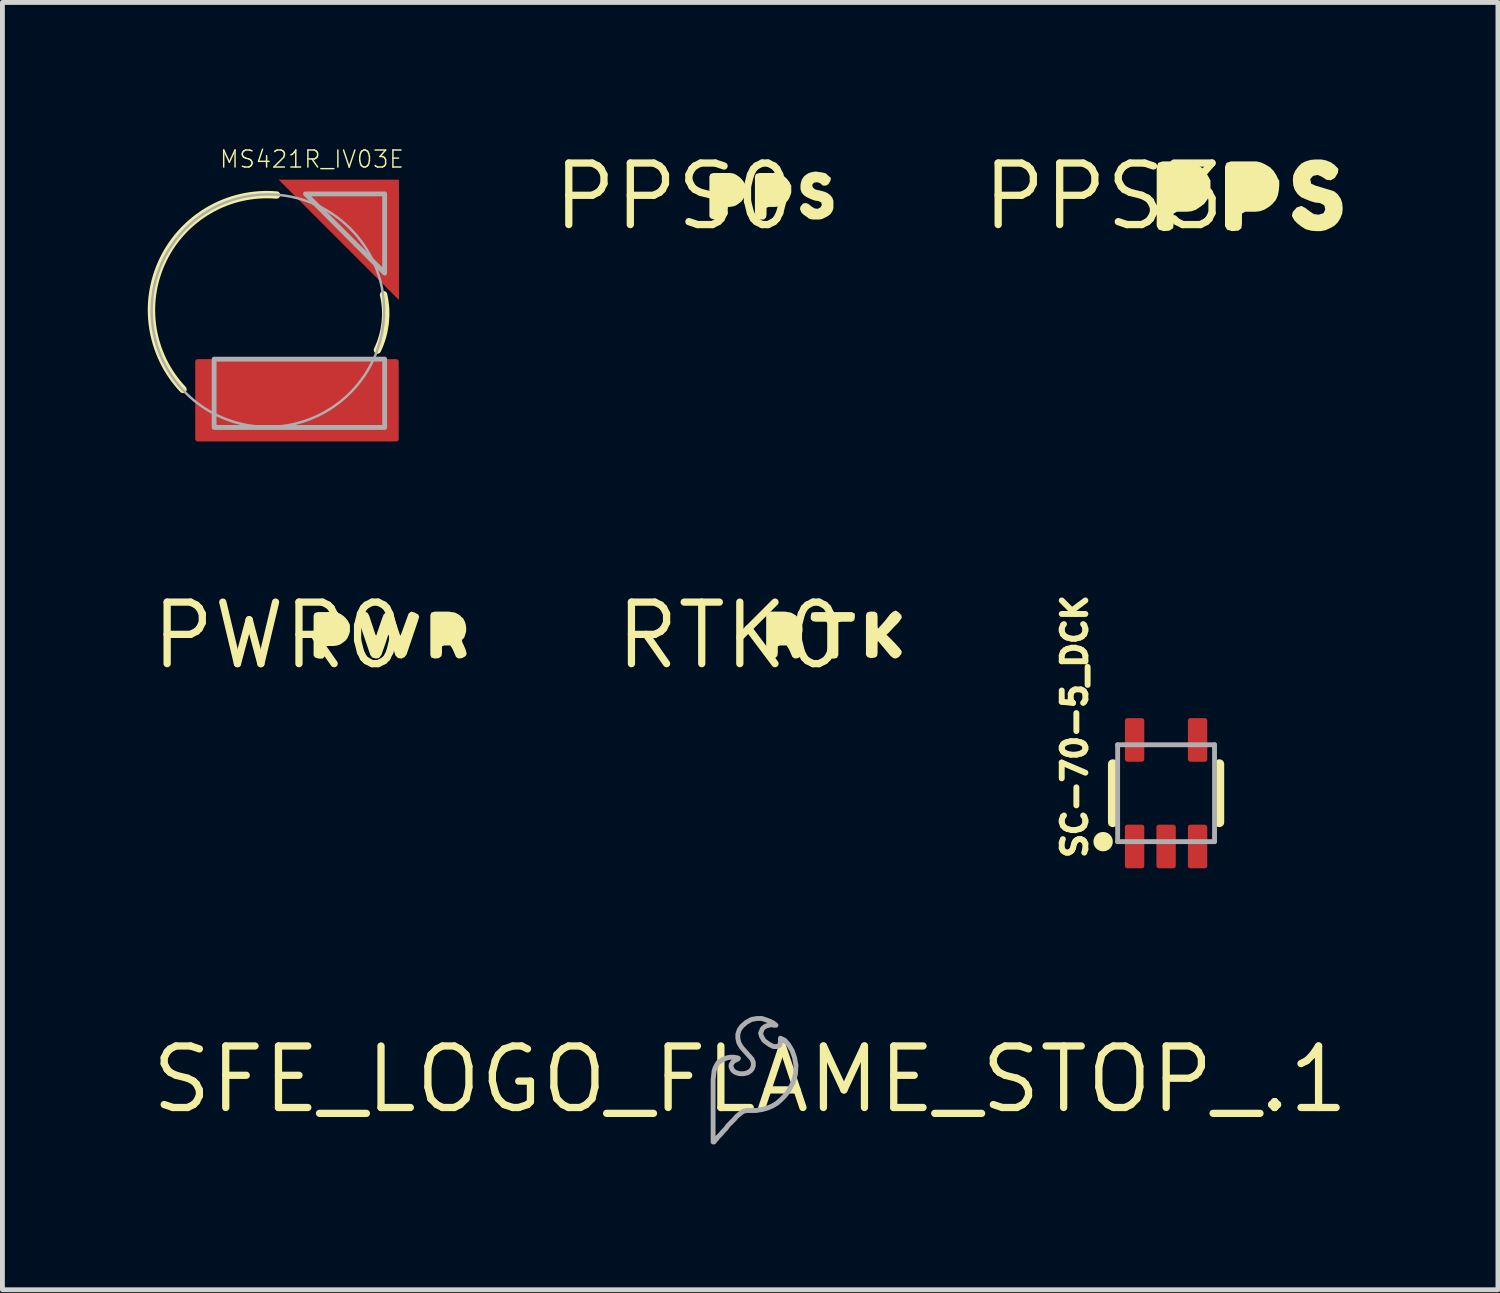
<source format=kicad_pcb>
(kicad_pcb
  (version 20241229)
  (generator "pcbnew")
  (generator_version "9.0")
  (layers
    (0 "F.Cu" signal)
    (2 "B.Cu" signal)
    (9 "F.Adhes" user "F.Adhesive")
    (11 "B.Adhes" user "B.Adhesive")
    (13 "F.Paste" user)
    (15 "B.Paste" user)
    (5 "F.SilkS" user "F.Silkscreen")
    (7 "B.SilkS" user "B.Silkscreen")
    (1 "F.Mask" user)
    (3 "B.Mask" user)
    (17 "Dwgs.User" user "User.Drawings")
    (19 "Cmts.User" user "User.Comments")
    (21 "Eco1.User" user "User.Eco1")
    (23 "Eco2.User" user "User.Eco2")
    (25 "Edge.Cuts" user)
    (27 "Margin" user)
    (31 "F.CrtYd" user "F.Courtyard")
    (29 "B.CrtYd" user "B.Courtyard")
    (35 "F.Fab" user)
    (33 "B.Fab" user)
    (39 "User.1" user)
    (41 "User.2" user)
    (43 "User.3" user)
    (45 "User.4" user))
  (footprint "MS421R_IV03E"
    (layer "F.Cu")
    (at 2.48 3.363)
    (property "Reference" "MS421R_IV03E" (at -1.016 -2.921 0) (unlocked yes) (layer "F.SilkS") (effects (font (size 0.351 0.351) (thickness 0.03)) (justify left bottom)))
    (fp_poly (pts (xy 2.705 -0.22) (xy 0.22 -2.705) (xy 2.705 -2.705)) (stroke (width 0) (type default)) (fill yes) (layer "F.Cu"))
    (fp_poly (pts (xy 2.705 -0.22) (xy 0.22 -2.705) (xy 2.705 -2.705)) (stroke (width 0) (type default)) (fill yes) (layer "F.Mask"))
    (fp_poly (pts (xy -1.5 2.7) (xy 2.7 2.7) (xy 2.7 1) (xy -1.5 1)) (stroke (width 0) (type default)) (fill yes) (layer "F.Mask"))
    (fp_arc (start -1.752599 1.625602) (mid -2.167967 -1.045069) (end 0.1778 -2.3876) (stroke (width 0.1524) (type solid)) (layer "F.SilkS"))
    (fp_arc (start 2.3876 -0.3302) (mid 2.42159 0.252132) (end 2.260599 0.8128) (stroke (width 0.1524) (type solid)) (layer "F.SilkS"))
    (fp_poly (pts (xy 2.705 -0.22) (xy 0.22 -2.705) (xy 2.705 -2.705)) (stroke (width 0) (type default)) (fill yes) (layer "F.Paste"))
    (fp_poly (pts (xy -1.5 2.7) (xy 2.7 2.7) (xy 2.7 1) (xy -1.5 1)) (stroke (width 0) (type default)) (fill yes) (layer "F.Paste"))
    (fp_circle (center 0 0) (end 2.4 0) (stroke (width 0.051) (type solid)) (fill no) (layer "F.Fab"))
    (fp_poly (pts (xy 2.41 -0.776) (xy 0.776 -2.41) (xy 2.41 -2.41)) (stroke (width 0.1) (type default)) (fill no) (layer "F.Fab"))
    (fp_poly (pts (xy 2.41 2.41) (xy -1.11 2.41) (xy -1.11 1) (xy 2.41 1)) (stroke (width 0.1) (type default)) (fill no) (layer "F.Fab"))
    (pad "+" smd roundrect (at 2.022 -2.032) (size 1 1) (layers "F.Cu") (roundrect_rratio 0.051))
    (pad "-" smd roundrect (at 0.6 1.85) (size 4.2 1.7) (layers "F.Cu") (roundrect_rratio 0.03)))
  (footprint "PPS0"
    (layer "F.Cu")
    (at 10.868 1.006)
    (property "Reference" "PPS0" (at 0 0 0) (layer "F.SilkS") (effects (font (size 1.27 1.27) (thickness 0.15))))
    (fp_poly (pts (xy 1.222 -0.475) (xy 1.283 -0.444) (xy 1.343 -0.404) (xy 1.394 -0.353) (xy 1.434 -0.303) (xy 1.475 -0.221) (xy 1.475 -0.079) (xy 1.455 -0.018) (xy 1.424 0.053) (xy 1.384 0.104) (xy 1.333 0.144) (xy 1.277 0.182) (xy 1.277 0.183) (xy 1.272 0.185) (xy 1.268 0.187) (xy 1.267 0.186) (xy 1.211 0.205) (xy 1.14 0.215) (xy 1.011 0.215) (xy 0.965 0.233) (xy 0.965 0.37) (xy 0.955 0.432) (xy 0.912 0.475) (xy 0.829 0.475) (xy 0.757 0.454) (xy 0.725 0.412) (xy 0.725 -0.411) (xy 0.746 -0.464) (xy 0.809 -0.485) (xy 1.16 -0.485)) (stroke (width 0) (type default)) (fill yes) (layer "F.SilkS"))
    (fp_poly (pts (xy 2.162 -0.475) (xy 2.223 -0.444) (xy 2.283 -0.404) (xy 2.334 -0.353) (xy 2.374 -0.303) (xy 2.415 -0.221) (xy 2.415 -0.079) (xy 2.395 -0.018) (xy 2.364 0.053) (xy 2.324 0.104) (xy 2.273 0.144) (xy 2.216 0.182) (xy 2.217 0.183) (xy 2.212 0.185) (xy 2.208 0.187) (xy 2.207 0.186) (xy 2.151 0.205) (xy 2.08 0.215) (xy 1.951 0.215) (xy 1.905 0.233) (xy 1.905 0.37) (xy 1.895 0.432) (xy 1.852 0.475) (xy 1.769 0.475) (xy 1.697 0.454) (xy 1.675 0.412) (xy 1.665 0.34) (xy 1.665 -0.411) (xy 1.686 -0.464) (xy 1.759 -0.485) (xy 2.1 -0.485)) (stroke (width 0) (type default)) (fill yes) (layer "F.SilkS"))
    (fp_poly (pts (xy 2.991 -0.505) (xy 3.061 -0.495) (xy 3.133 -0.474) (xy 3.173 -0.434) (xy 3.235 -0.382) (xy 3.225 -0.328) (xy 3.184 -0.256) (xy 3.131 -0.225) (xy 3.068 -0.225) (xy 3.008 -0.276) (xy 2.95 -0.295) (xy 2.883 -0.285) (xy 2.846 -0.239) (xy 2.864 -0.183) (xy 2.912 -0.145) (xy 3.041 -0.115) (xy 3.112 -0.095) (xy 3.173 -0.064) (xy 3.224 -0.024) (xy 3.264 0.028) (xy 3.285 0.089) (xy 3.285 0.241) (xy 3.265 0.302) (xy 3.224 0.363) (xy 3.173 0.404) (xy 3.052 0.465) (xy 2.99 0.475) (xy 2.849 0.475) (xy 2.778 0.455) (xy 2.727 0.414) (xy 2.667 0.374) (xy 2.626 0.333) (xy 2.595 0.261) (xy 2.605 0.208) (xy 2.657 0.145) (xy 2.721 0.135) (xy 2.773 0.156) (xy 2.833 0.206) (xy 2.892 0.245) (xy 2.959 0.255) (xy 3.016 0.226) (xy 3.045 0.179) (xy 3.035 0.123) (xy 2.978 0.095) (xy 2.909 0.085) (xy 2.848 0.065) (xy 2.778 0.035) (xy 2.717 0.004) (xy 2.666 -0.036) (xy 2.625 -0.088) (xy 2.605 -0.159) (xy 2.605 -0.23) (xy 2.615 -0.291) (xy 2.635 -0.352) (xy 2.676 -0.413) (xy 2.727 -0.454) (xy 2.778 -0.485) (xy 2.849 -0.505) (xy 2.92 -0.515)) (stroke (width 0) (type default)) (fill yes) (layer "F.SilkS")))
  (footprint "SC-70-5_DCK"
    (layer "F.Cu")
    (at 21.02 13.323)
    (property "Reference" "SC-70-5_DCK" (at -1.6 1.4 90) (unlocked yes) (layer "F.SilkS") (effects (font (size 0.488 0.488) (thickness 0.122)) (justify left bottom)))
    (fp_poly (pts (xy -0.9 -0.6) (xy -0.4 -0.6) (xy -0.4 -1.6) (xy -0.9 -1.6)) (stroke (width 0) (type default)) (fill yes) (layer "F.Mask"))
    (fp_poly (pts (xy -0.9 1.6) (xy -0.4 1.6) (xy -0.4 0.6) (xy -0.9 0.6)) (stroke (width 0) (type default)) (fill yes) (layer "F.Mask"))
    (fp_poly (pts (xy -0.25 1.6) (xy 0.25 1.6) (xy 0.25 0.6) (xy -0.25 0.6)) (stroke (width 0) (type default)) (fill yes) (layer "F.Mask"))
    (fp_poly (pts (xy 0.4 -0.6) (xy 0.9 -0.6) (xy 0.9 -1.6) (xy 0.4 -1.6)) (stroke (width 0) (type default)) (fill yes) (layer "F.Mask"))
    (fp_poly (pts (xy 0.4 1.6) (xy 0.9 1.6) (xy 0.9 0.6) (xy 0.4 0.6)) (stroke (width 0) (type default)) (fill yes) (layer "F.Mask"))
    (fp_line (start -1.1 -0.6) (end -1.1 0.6) (stroke (width 0.2) (type solid)) (layer "F.SilkS"))
    (fp_line (start 1.1 -0.6) (end 1.1 0.6) (stroke (width 0.2) (type solid)) (layer "F.SilkS"))
    (fp_circle (center -1.3 1) (end -1.2 1) (stroke (width 0.2) (type solid)) (fill no) (layer "F.SilkS"))
    (fp_poly (pts (xy -0.825 -0.675) (xy -0.475 -0.675) (xy -0.475 -1.525) (xy -0.825 -1.525)) (stroke (width 0) (type default)) (fill yes) (layer "F.Paste"))
    (fp_poly (pts (xy -0.825 1.525) (xy -0.475 1.525) (xy -0.475 0.675) (xy -0.825 0.675)) (stroke (width 0) (type default)) (fill yes) (layer "F.Paste"))
    (fp_poly (pts (xy -0.175 1.525) (xy 0.175 1.525) (xy 0.175 0.675) (xy -0.175 0.675)) (stroke (width 0) (type default)) (fill yes) (layer "F.Paste"))
    (fp_poly (pts (xy 0.475 -0.675) (xy 0.825 -0.675) (xy 0.825 -1.525) (xy 0.475 -1.525)) (stroke (width 0) (type default)) (fill yes) (layer "F.Paste"))
    (fp_poly (pts (xy 0.475 1.525) (xy 0.825 1.525) (xy 0.825 0.675) (xy 0.475 0.675)) (stroke (width 0) (type default)) (fill yes) (layer "F.Paste"))
    (fp_line (start -1 -1) (end -1 1) (stroke (width 0.1) (type solid)) (layer "F.Fab"))
    (fp_line (start -1 1) (end 1 1) (stroke (width 0.1) (type solid)) (layer "F.Fab"))
    (fp_line (start 1 -1) (end -1 -1) (stroke (width 0.1) (type solid)) (layer "F.Fab"))
    (fp_line (start 1 1) (end 1 -1) (stroke (width 0.1) (type solid)) (layer "F.Fab"))
    (pad "1" smd roundrect (at -0.65 1.1 90) (size 0.9 0.4) (layers "F.Cu") (roundrect_rratio 0.127))
    (pad "2" smd roundrect (at 0 1.1 90) (size 0.9 0.4) (layers "F.Cu") (roundrect_rratio 0.127))
    (pad "3" smd roundrect (at 0.65 1.1 90) (size 0.9 0.4) (layers "F.Cu") (roundrect_rratio 0.127))
    (pad "4" smd roundrect (at 0.65 -1.1 90) (size 0.9 0.4) (layers "F.Cu") (roundrect_rratio 0.127))
    (pad "5" smd roundrect (at -0.65 -1.1 90) (size 0.9 0.4) (layers "F.Cu") (roundrect_rratio 0.127)))
  (footprint "RTK0"
    (layer "F.Cu")
    (at 12.04 10.069)
    (property "Reference" "RTK0" (at 0 0 0) (layer "F.SilkS") (effects (font (size 1.27 1.27) (thickness 0.15))))
    (fp_poly (pts (xy 2.555 -0.453) (xy 2.555 -0.38) (xy 2.545 -0.317) (xy 2.491 -0.285) (xy 2.28 -0.285) (xy 2.215 -0.276) (xy 2.215 0.401) (xy 2.183 0.465) (xy 2.12 0.475) (xy 2.048 0.475) (xy 1.995 0.433) (xy 1.985 0.37) (xy 1.985 -0.249) (xy 1.967 -0.285) (xy 1.76 -0.285) (xy 1.688 -0.295) (xy 1.645 -0.338) (xy 1.645 -0.411) (xy 1.666 -0.475) (xy 1.74 -0.485) (xy 2.491 -0.485)) (stroke (width 0) (type default)) (fill yes) (layer "F.SilkS"))
    (fp_poly (pts (xy 1.171 -0.485) (xy 1.232 -0.475) (xy 1.293 -0.444) (xy 1.358 -0.401) (xy 1.352 -0.395) (xy 1.404 -0.353) (xy 1.445 -0.292) (xy 1.465 -0.231) (xy 1.475 -0.16) (xy 1.475 -0.089) (xy 1.455 -0.018) (xy 1.424 0.043) (xy 1.385 0.091) (xy 1.395 0.139) (xy 1.444 0.268) (xy 1.465 0.298) (xy 1.485 0.371) (xy 1.454 0.424) (xy 1.382 0.465) (xy 1.319 0.475) (xy 1.266 0.443) (xy 1.196 0.282) (xy 1.147 0.205) (xy 1.011 0.205) (xy 0.965 0.223) (xy 0.965 0.36) (xy 0.955 0.422) (xy 0.912 0.465) (xy 0.83 0.475) (xy 0.757 0.454) (xy 0.725 0.401) (xy 0.725 -0.421) (xy 0.757 -0.474) (xy 0.829 -0.495) (xy 1.11 -0.495)) (stroke (width 0) (type default)) (fill yes) (layer "F.SilkS"))
    (fp_poly (pts (xy 3.453 -0.484) (xy 3.515 -0.422) (xy 3.525 -0.369) (xy 3.484 -0.307) (xy 3.454 -0.267) (xy 3.364 -0.177) (xy 3.253 -0.056) (xy 3.207 -0.02) (xy 3.374 0.147) (xy 3.484 0.267) (xy 3.525 0.329) (xy 3.515 0.382) (xy 3.463 0.444) (xy 3.401 0.475) (xy 3.348 0.465) (xy 3.286 0.414) (xy 3.033 0.111) (xy 3.025 0.15) (xy 3.025 0.36) (xy 3.015 0.423) (xy 2.972 0.455) (xy 2.879 0.465) (xy 2.817 0.444) (xy 2.785 0.402) (xy 2.785 -0.421) (xy 2.806 -0.474) (xy 2.869 -0.495) (xy 2.961 -0.495) (xy 3.015 -0.463) (xy 3.025 -0.39) (xy 3.025 -0.19) (xy 3.033 -0.141) (xy 3.176 -0.303) (xy 3.286 -0.444) (xy 3.347 -0.494) (xy 3.4 -0.516)) (stroke (width 0) (type default)) (fill yes) (layer "F.SilkS")))
  (footprint "PPS3"
    (layer "F.Cu")
    (at 19.731 1.006)
    (property "Reference" "PPS3" (at 0 0 0) (layer "F.SilkS") (effects (font (size 1.27 1.27) (thickness 0.15))))
    (fp_poly (pts (xy 1.832 -0.705) (xy 1.922 -0.664) (xy 2.013 -0.604) (xy 2.094 -0.533) (xy 2.144 -0.442) (xy 2.194 -0.352) (xy 2.205 -0.331) (xy 2.205 -0.12) (xy 2.185 -0.018) (xy 2.134 0.073) (xy 2.074 0.154) (xy 1.993 0.214) (xy 1.906 0.272) (xy 1.907 0.273) (xy 1.902 0.275) (xy 1.898 0.277) (xy 1.897 0.276) (xy 1.811 0.305) (xy 1.71 0.315) (xy 1.511 0.315) (xy 1.445 0.353) (xy 1.445 0.55) (xy 1.435 0.653) (xy 1.362 0.705) (xy 1.239 0.715) (xy 1.137 0.684) (xy 1.095 0.611) (xy 1.095 -0.611) (xy 1.126 -0.694) (xy 1.219 -0.725) (xy 1.741 -0.725)) (stroke (width 0) (type default)) (fill yes) (layer "F.SilkS"))
    (fp_poly (pts (xy 3.242 -0.705) (xy 3.332 -0.664) (xy 3.433 -0.604) (xy 3.504 -0.533) (xy 3.564 -0.442) (xy 3.604 -0.353) (xy 3.625 -0.332) (xy 3.625 -0.22) (xy 3.615 -0.119) (xy 3.595 -0.018) (xy 3.554 0.073) (xy 3.484 0.154) (xy 3.413 0.214) (xy 3.317 0.272) (xy 3.317 0.273) (xy 3.312 0.275) (xy 3.308 0.277) (xy 3.307 0.276) (xy 3.221 0.305) (xy 3.13 0.315) (xy 2.921 0.315) (xy 2.855 0.353) (xy 2.855 0.55) (xy 2.845 0.653) (xy 2.782 0.705) (xy 2.649 0.715) (xy 2.547 0.684) (xy 2.505 0.611) (xy 2.505 -0.611) (xy 2.536 -0.694) (xy 2.629 -0.725) (xy 3.151 -0.725)) (stroke (width 0) (type default)) (fill yes) (layer "F.SilkS"))
    (fp_poly (pts (xy 4.591 -0.745) (xy 4.692 -0.704) (xy 4.763 -0.654) (xy 4.845 -0.572) (xy 4.835 -0.488) (xy 4.774 -0.386) (xy 4.691 -0.335) (xy 4.598 -0.345) (xy 4.508 -0.406) (xy 4.419 -0.445) (xy 4.323 -0.425) (xy 4.265 -0.359) (xy 4.284 -0.264) (xy 4.372 -0.225) (xy 4.571 -0.165) (xy 4.672 -0.135) (xy 4.763 -0.104) (xy 4.834 -0.043) (xy 4.895 0.048) (xy 4.925 0.139) (xy 4.935 0.25) (xy 4.925 0.351) (xy 4.884 0.452) (xy 4.834 0.533) (xy 4.763 0.604) (xy 4.672 0.654) (xy 4.582 0.695) (xy 4.48 0.715) (xy 4.38 0.715) (xy 4.279 0.705) (xy 4.168 0.675) (xy 4.087 0.624) (xy 3.997 0.554) (xy 3.936 0.493) (xy 3.885 0.401) (xy 3.905 0.318) (xy 3.987 0.226) (xy 4.08 0.195) (xy 4.163 0.236) (xy 4.253 0.306) (xy 4.342 0.365) (xy 4.44 0.375) (xy 4.536 0.346) (xy 4.575 0.269) (xy 4.556 0.183) (xy 4.468 0.135) (xy 4.369 0.125) (xy 4.268 0.095) (xy 4.168 0.055) (xy 4.077 0.014) (xy 4.006 -0.047) (xy 3.945 -0.138) (xy 3.915 -0.229) (xy 3.905 -0.34) (xy 3.915 -0.441) (xy 3.956 -0.533) (xy 4.016 -0.613) (xy 4.087 -0.684) (xy 4.168 -0.725) (xy 4.269 -0.755) (xy 4.38 -0.765) (xy 4.49 -0.765)) (stroke (width 0) (type default)) (fill yes) (layer "F.SilkS")))
  (footprint "SFE_LOGO_FLAME_STOP_.1"
    (layer "F.Cu")
    (at 12.435 19.231)
    (property "Reference" "SFE_LOGO_FLAME_STOP_.1" (at 0 0 0) (layer "F.SilkS") (effects (font (size 1.27 1.27) (thickness 0.15))))
    (fp_poly (pts (xy 0.332 -1.228) (xy 0.412 -1.198) (xy 0.473 -1.167) (xy 0.513 -1.137) (xy 0.532 -1.118) (xy 0.489 -1.118) (xy 0.459 -1.128) (xy 0.431 -1.128) (xy 0.391 -1.118) (xy 0.342 -1.108) (xy 0.303 -1.089) (xy 0.264 -1.06) (xy 0.245 -1.031) (xy 0.235 -1.001) (xy 0.225 -0.981) (xy 0.215 -0.953) (xy 0.225 -0.924) (xy 0.235 -0.885) (xy 0.254 -0.856) (xy 0.274 -0.816) (xy 0.303 -0.787) (xy 0.333 -0.767) (xy 0.373 -0.737) (xy 0.403 -0.717) (xy 0.481 -0.678) (xy 0.549 -0.678) (xy 0.578 -0.688) (xy 0.606 -0.706) (xy 0.625 -0.764) (xy 0.625 -0.851) (xy 0.713 -0.807) (xy 0.794 -0.716) (xy 0.865 -0.595) (xy 0.915 -0.454) (xy 0.945 -0.293) (xy 0.935 -0.112) (xy 0.885 0.069) (xy 0.784 0.25) (xy 0.714 0.34) (xy 0.633 0.421) (xy 0.553 0.491) (xy 0.452 0.551) (xy 0.352 0.592) (xy 0.241 0.622) (xy 0.12 0.642) (xy -0.07 0.642) (xy -0.128 0.652) (xy -0.177 0.681) (xy -0.276 0.761) (xy -0.326 0.82) (xy -0.456 0.95) (xy -0.506 1.02) (xy -0.566 1.08) (xy -0.616 1.14) (xy -0.666 1.19) (xy -0.696 1.23) (xy -0.726 1.26) (xy -0.747 1.292) (xy -0.765 1.292) (xy -0.765 0.007) (xy -0.745 -0.174) (xy -0.725 -0.235) (xy -0.694 -0.295) (xy -0.664 -0.347) (xy -0.613 -0.377) (xy -0.572 -0.407) (xy -0.471 -0.448) (xy -0.41 -0.458) (xy -0.329 -0.458) (xy -0.289 -0.448) (xy -0.269 -0.448) (xy -0.242 -0.434) (xy -0.257 -0.419) (xy -0.298 -0.398) (xy -0.327 -0.389) (xy -0.366 -0.35) (xy -0.385 -0.321) (xy -0.395 -0.292) (xy -0.395 -0.264) (xy -0.385 -0.235) (xy -0.366 -0.196) (xy -0.337 -0.167) (xy -0.308 -0.147) (xy -0.259 -0.128) (xy -0.21 -0.118) (xy -0.131 -0.118) (xy -0.052 -0.138) (xy 0.007 -0.177) (xy 0.046 -0.225) (xy 0.065 -0.284) (xy 0.065 -0.352) (xy 0.036 -0.42) (xy -0.034 -0.5) (xy -0.034 -0.5) (xy -0.114 -0.59) (xy -0.184 -0.67) (xy -0.235 -0.761) (xy -0.255 -0.852) (xy -0.255 -0.934) (xy -0.225 -1.025) (xy -0.174 -1.096) (xy -0.083 -1.177) (xy 0.028 -1.238) (xy 0.14 -1.258) (xy 0.241 -1.258)) (stroke (width 0) (type default)) (fill yes) (layer "F.Mask"))
    (fp_poly (pts (xy 0.332 -1.228) (xy 0.412 -1.198) (xy 0.473 -1.167) (xy 0.513 -1.137) (xy 0.532 -1.118) (xy 0.489 -1.118) (xy 0.459 -1.128) (xy 0.431 -1.128) (xy 0.391 -1.118) (xy 0.342 -1.108) (xy 0.303 -1.089) (xy 0.264 -1.06) (xy 0.245 -1.031) (xy 0.235 -1.001) (xy 0.225 -0.981) (xy 0.215 -0.953) (xy 0.225 -0.924) (xy 0.235 -0.885) (xy 0.254 -0.856) (xy 0.274 -0.816) (xy 0.303 -0.787) (xy 0.333 -0.767) (xy 0.373 -0.737) (xy 0.403 -0.717) (xy 0.481 -0.678) (xy 0.549 -0.678) (xy 0.578 -0.688) (xy 0.606 -0.706) (xy 0.625 -0.764) (xy 0.625 -0.851) (xy 0.713 -0.807) (xy 0.794 -0.716) (xy 0.865 -0.595) (xy 0.915 -0.454) (xy 0.945 -0.293) (xy 0.935 -0.112) (xy 0.885 0.069) (xy 0.784 0.25) (xy 0.714 0.34) (xy 0.633 0.421) (xy 0.553 0.491) (xy 0.452 0.551) (xy 0.352 0.592) (xy 0.241 0.622) (xy 0.12 0.642) (xy -0.07 0.642) (xy -0.128 0.652) (xy -0.177 0.681) (xy -0.276 0.761) (xy -0.326 0.82) (xy -0.456 0.95) (xy -0.506 1.02) (xy -0.566 1.08) (xy -0.616 1.14) (xy -0.666 1.19) (xy -0.696 1.23) (xy -0.726 1.26) (xy -0.747 1.292) (xy -0.765 1.292) (xy -0.765 0.007) (xy -0.745 -0.174) (xy -0.725 -0.235) (xy -0.694 -0.295) (xy -0.664 -0.347) (xy -0.613 -0.377) (xy -0.572 -0.407) (xy -0.471 -0.448) (xy -0.41 -0.458) (xy -0.329 -0.458) (xy -0.289 -0.448) (xy -0.269 -0.448) (xy -0.242 -0.434) (xy -0.257 -0.419) (xy -0.298 -0.398) (xy -0.327 -0.389) (xy -0.366 -0.35) (xy -0.385 -0.321) (xy -0.395 -0.292) (xy -0.395 -0.264) (xy -0.385 -0.235) (xy -0.366 -0.196) (xy -0.337 -0.167) (xy -0.308 -0.147) (xy -0.259 -0.128) (xy -0.21 -0.118) (xy -0.131 -0.118) (xy -0.052 -0.138) (xy 0.007 -0.177) (xy 0.046 -0.225) (xy 0.065 -0.284) (xy 0.065 -0.352) (xy 0.036 -0.42) (xy -0.034 -0.5) (xy -0.034 -0.5) (xy -0.114 -0.59) (xy -0.184 -0.67) (xy -0.235 -0.761) (xy -0.255 -0.852) (xy -0.255 -0.934) (xy -0.225 -1.025) (xy -0.174 -1.096) (xy -0.083 -1.177) (xy 0.028 -1.238) (xy 0.14 -1.258) (xy 0.241 -1.258)) (stroke (width 0.1) (type default)) (fill no) (layer "F.Fab")))
  (footprint "PWR0"
    (layer "F.Cu")
    (at 2.698 10.069)
    (property "Reference" "PWR0" (at 0 0 0) (layer "F.SilkS") (effects (font (size 1.27 1.27) (thickness 0.15))))
    (fp_poly (pts (xy 1.222 -0.475) (xy 1.283 -0.444) (xy 1.343 -0.404) (xy 1.394 -0.353) (xy 1.434 -0.303) (xy 1.475 -0.221) (xy 1.475 -0.079) (xy 1.455 -0.018) (xy 1.424 0.053) (xy 1.384 0.104) (xy 1.333 0.144) (xy 1.277 0.182) (xy 1.277 0.183) (xy 1.272 0.185) (xy 1.268 0.187) (xy 1.267 0.186) (xy 1.211 0.205) (xy 1.14 0.215) (xy 1.011 0.215) (xy 0.965 0.233) (xy 0.965 0.37) (xy 0.955 0.432) (xy 0.912 0.475) (xy 0.829 0.475) (xy 0.757 0.454) (xy 0.725 0.412) (xy 0.725 -0.411) (xy 0.746 -0.464) (xy 0.809 -0.485) (xy 1.16 -0.485)) (stroke (width 0) (type default)) (fill yes) (layer "F.SilkS"))
    (fp_poly (pts (xy 3.571 -0.485) (xy 3.642 -0.475) (xy 3.703 -0.444) (xy 3.768 -0.401) (xy 3.762 -0.395) (xy 3.814 -0.353) (xy 3.845 -0.292) (xy 3.865 -0.231) (xy 3.875 -0.16) (xy 3.875 -0.089) (xy 3.855 -0.019) (xy 3.834 0.043) (xy 3.785 0.092) (xy 3.795 0.138) (xy 3.855 0.268) (xy 3.865 0.299) (xy 3.885 0.37) (xy 3.864 0.423) (xy 3.792 0.465) (xy 3.719 0.475) (xy 3.666 0.443) (xy 3.596 0.282) (xy 3.547 0.205) (xy 3.421 0.205) (xy 3.375 0.223) (xy 3.375 0.36) (xy 3.365 0.423) (xy 3.312 0.465) (xy 3.23 0.475) (xy 3.156 0.454) (xy 3.135 0.401) (xy 3.135 -0.421) (xy 3.156 -0.474) (xy 3.229 -0.495) (xy 3.51 -0.495)) (stroke (width 0) (type default)) (fill yes) (layer "F.SilkS"))
    (fp_poly (pts (xy 2.812 -0.475) (xy 2.884 -0.434) (xy 2.905 -0.39) (xy 2.885 -0.319) (xy 2.644 0.392) (xy 2.603 0.444) (xy 2.541 0.475) (xy 2.468 0.465) (xy 2.416 0.413) (xy 2.395 0.352) (xy 2.27 -0.024) (xy 2.205 0.172) (xy 2.124 0.403) (xy 2.073 0.465) (xy 2.01 0.475) (xy 1.937 0.454) (xy 1.896 0.402) (xy 1.655 -0.309) (xy 1.635 -0.38) (xy 1.646 -0.433) (xy 1.718 -0.475) (xy 1.791 -0.495) (xy 1.844 -0.464) (xy 1.875 -0.402) (xy 2.004 -0.013) (xy 2.018 0.001) (xy 2.145 -0.372) (xy 2.176 -0.443) (xy 2.228 -0.475) (xy 2.301 -0.485) (xy 2.364 -0.443) (xy 2.385 -0.382) (xy 2.512 0.001) (xy 2.526 -0.013) (xy 2.686 -0.453) (xy 2.739 -0.496)) (stroke (width 0) (type default)) (fill yes) (layer "F.SilkS")))
  (gr_rect
    (start -3 -3)
    (end 27.87 23.573)
    (stroke (width 0.1) (type default))
    (fill no)
    (layer "Edge.Cuts")))
</source>
